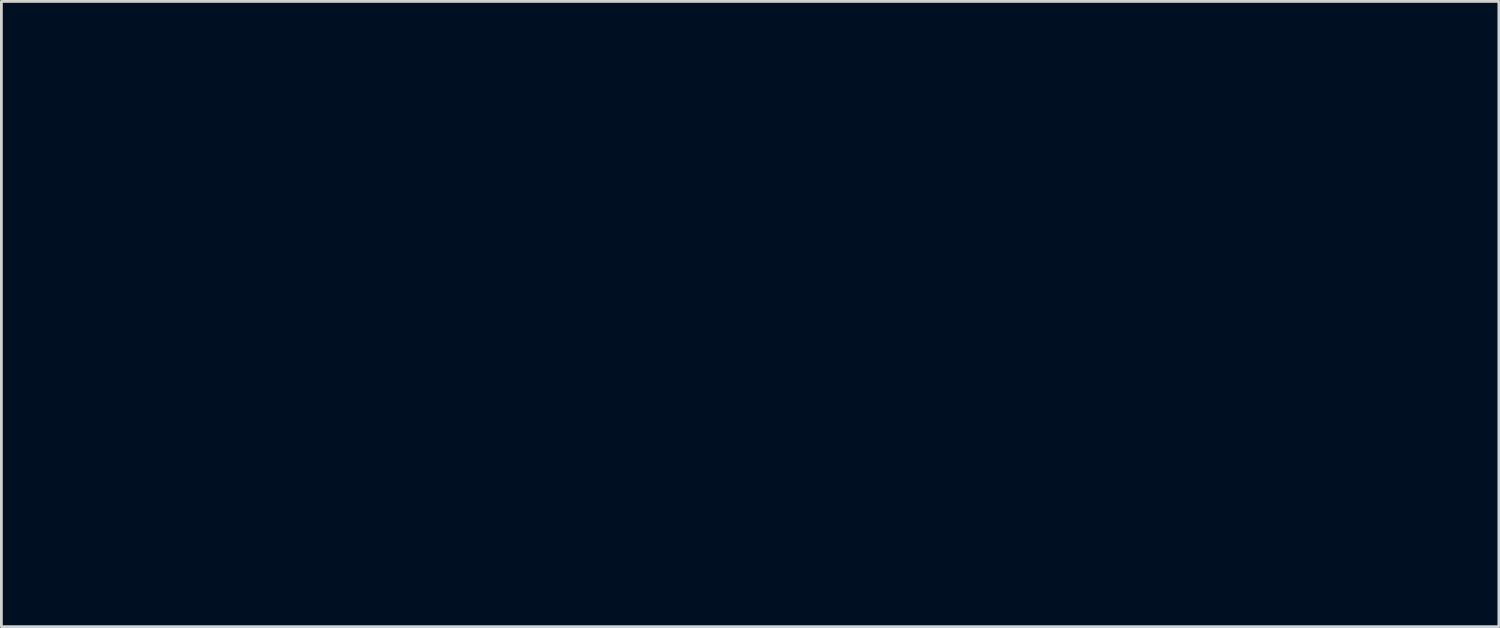
<source format=kicad_pcb>
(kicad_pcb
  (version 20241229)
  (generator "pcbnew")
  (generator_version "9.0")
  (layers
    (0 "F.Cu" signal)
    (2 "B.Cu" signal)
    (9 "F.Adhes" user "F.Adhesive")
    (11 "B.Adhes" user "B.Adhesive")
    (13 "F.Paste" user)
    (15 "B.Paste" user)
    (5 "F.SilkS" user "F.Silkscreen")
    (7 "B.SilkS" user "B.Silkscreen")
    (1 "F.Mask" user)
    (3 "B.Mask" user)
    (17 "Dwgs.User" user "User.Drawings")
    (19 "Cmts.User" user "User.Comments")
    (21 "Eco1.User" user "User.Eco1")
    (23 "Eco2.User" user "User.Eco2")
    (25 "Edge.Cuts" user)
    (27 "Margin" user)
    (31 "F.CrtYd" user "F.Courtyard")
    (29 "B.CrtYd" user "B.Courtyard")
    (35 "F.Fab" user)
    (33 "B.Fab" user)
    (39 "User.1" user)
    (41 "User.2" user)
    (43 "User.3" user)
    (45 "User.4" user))
  (footprint "love_7"
    (layer "F.Cu")
    (at 23.021 8.136)
    (property "Reference" "love_7" (at 0 0 0) (layer "F.Mask") (effects (font (size 1.524 1.524) (thickness 0.3))))
    (attr through_hole)
    (fp_poly (pts (xy -19.972 -4.793) (xy -19.907 -4.765) (xy -19.859 -4.682) (xy -19.859 -4.577) (xy -19.898 -4.502) (xy -19.985 -4.461) (xy -20.096 -4.462) (xy -20.19 -4.501) (xy -20.205 -4.516) (xy -20.238 -4.607) (xy -20.212 -4.703) (xy -20.141 -4.777) (xy -20.073 -4.8) (xy -19.972 -4.793)) (stroke (width 0.01) (type solid)) (fill yes) (layer "F.Mask"))
    (fp_poly (pts (xy -18.704 -4.89) (xy -18.604 -4.798) (xy -18.562 -4.659) (xy -18.562 -4.637) (xy -18.594 -4.501) (xy -18.677 -4.401) (xy -18.792 -4.347) (xy -18.92 -4.345) (xy -19.039 -4.405) (xy -19.063 -4.428) (xy -19.136 -4.553) (xy -19.141 -4.631) (xy -18.932 -4.631) (xy -18.909 -4.586) (xy -18.855 -4.553) (xy -18.81 -4.577) (xy -18.777 -4.63) (xy -18.801 -4.675) (xy -18.854 -4.708) (xy -18.899 -4.685) (xy -18.932 -4.631) (xy -19.141 -4.631) (xy -19.144 -4.685) (xy -19.094 -4.803) (xy -18.994 -4.889) (xy -18.854 -4.924) (xy -18.847 -4.924) (xy -18.704 -4.89)) (stroke (width 0.01) (type solid)) (fill yes) (layer "F.Mask"))
    (fp_poly (pts (xy -21.11 -4.889) (xy -21.006 -4.799) (xy -20.949 -4.675) (xy -20.945 -4.631) (xy -20.969 -4.539) (xy -21.026 -4.441) (xy -21.026 -4.441) (xy -21.136 -4.357) (xy -21.268 -4.336) (xy -21.397 -4.378) (xy -21.452 -4.423) (xy -21.524 -4.548) (xy -21.529 -4.635) (xy -21.315 -4.635) (xy -21.291 -4.585) (xy -21.237 -4.555) (xy -21.195 -4.584) (xy -21.188 -4.651) (xy -21.195 -4.671) (xy -21.226 -4.715) (xy -21.276 -4.69) (xy -21.278 -4.688) (xy -21.315 -4.635) (xy -21.529 -4.635) (xy -21.531 -4.679) (xy -21.483 -4.799) (xy -21.387 -4.887) (xy -21.252 -4.924) (xy -21.241 -4.924) (xy -21.11 -4.889)) (stroke (width 0.01) (type solid)) (fill yes) (layer "F.Mask"))
    (fp_poly (pts (xy 6.661 3.694) (xy 7.161 4.19) (xy 6.678 4.674) (xy 6.519 4.831) (xy 6.377 4.967) (xy 6.262 5.073) (xy 6.185 5.139) (xy 6.155 5.158) (xy 6.116 5.131) (xy 6.032 5.058) (xy 5.913 4.947) (xy 5.77 4.808) (xy 5.656 4.694) (xy 5.504 4.538) (xy 5.373 4.401) (xy 5.272 4.291) (xy 5.211 4.219) (xy 5.197 4.196) (xy 5.207 4.181) (xy 5.649 4.181) (xy 5.901 4.436) (xy 6.153 4.69) (xy 6.408 4.436) (xy 6.662 4.181) (xy 6.153 3.672) (xy 5.901 3.927) (xy 5.649 4.181) (xy 5.207 4.181) (xy 5.224 4.158) (xy 5.297 4.075) (xy 5.408 3.957) (xy 5.548 3.812) (xy 5.68 3.679) (xy 6.162 3.198) (xy 6.661 3.694)) (stroke (width 0.01) (type solid)) (fill yes) (layer "F.Mask"))
    (fp_poly (pts (xy 16.72 4.194) (xy 16.245 4.676) (xy 16.087 4.834) (xy 15.947 4.97) (xy 15.834 5.075) (xy 15.758 5.14) (xy 15.729 5.158) (xy 15.69 5.132) (xy 15.605 5.058) (xy 15.485 4.947) (xy 15.339 4.807) (xy 15.201 4.669) (xy 14.714 4.181) (xy 15.223 4.181) (xy 15.475 4.435) (xy 15.585 4.546) (xy 15.671 4.633) (xy 15.721 4.682) (xy 15.728 4.689) (xy 15.755 4.664) (xy 15.824 4.595) (xy 15.923 4.495) (xy 15.975 4.443) (xy 16.219 4.197) (xy 15.978 3.955) (xy 15.867 3.846) (xy 15.777 3.762) (xy 15.722 3.717) (xy 15.712 3.712) (xy 15.675 3.738) (xy 15.598 3.807) (xy 15.495 3.907) (xy 15.455 3.947) (xy 15.223 4.181) (xy 14.714 4.181) (xy 14.713 4.181) (xy 15.709 3.186) (xy 16.72 4.194)) (stroke (width 0.01) (type solid)) (fill yes) (layer "F.Mask"))
    (fp_poly (pts (xy 10.946 3.839) (xy 12.016 3.849) (xy 12.006 4.076) (xy 11.956 4.35) (xy 11.836 4.599) (xy 11.653 4.811) (xy 11.468 4.946) (xy 11.292 5.018) (xy 11.078 5.06) (xy 10.859 5.069) (xy 10.667 5.042) (xy 10.624 5.029) (xy 10.349 4.893) (xy 10.14 4.716) (xy 9.996 4.496) (xy 9.913 4.23) (xy 9.911 4.214) (xy 10.238 4.214) (xy 10.266 4.285) (xy 10.336 4.384) (xy 10.431 4.492) (xy 10.533 4.587) (xy 10.618 4.647) (xy 10.806 4.71) (xy 11.014 4.724) (xy 11.203 4.687) (xy 11.317 4.622) (xy 11.437 4.521) (xy 11.543 4.403) (xy 11.619 4.289) (xy 11.645 4.203) (xy 11.608 4.196) (xy 11.505 4.19) (xy 11.349 4.185) (xy 11.151 4.182) (xy 10.942 4.181) (xy 10.717 4.183) (xy 10.522 4.188) (xy 10.369 4.195) (xy 10.27 4.205) (xy 10.238 4.214) (xy 9.911 4.214) (xy 9.896 4.093) (xy 9.876 3.828) (xy 10.946 3.839)) (stroke (width 0.01) (type solid)) (fill yes) (layer "F.Mask"))
    (fp_poly (pts (xy -6.073 -8.084) (xy -5.618 -7.968) (xy -5.549 -7.943) (xy -5.181 -7.768) (xy -4.834 -7.527) (xy -4.521 -7.233) (xy -4.256 -6.898) (xy -4.052 -6.535) (xy -4.047 -6.524) (xy -3.873 -6.044) (xy -3.768 -5.531) (xy -3.729 -4.992) (xy -3.758 -4.433) (xy -3.855 -3.861) (xy -4.019 -3.282) (xy -4.05 -3.195) (xy -4.295 -2.614) (xy -4.615 -2.026) (xy -5.008 -1.432) (xy -5.471 -0.834) (xy -6.003 -0.237) (xy -6.6 0.359) (xy -7.261 0.949) (xy -7.984 1.531) (xy -8.181 1.681) (xy -8.566 1.97) (xy -8.479 2.041) (xy -8.382 2.11) (xy -8.23 2.208) (xy -8.035 2.326) (xy -7.812 2.459) (xy -7.572 2.596) (xy -7.331 2.731) (xy -7.101 2.856) (xy -6.895 2.964) (xy -6.854 2.984) (xy -6.344 3.226) (xy -5.871 3.42) (xy -5.413 3.575) (xy -4.953 3.699) (xy -4.885 3.714) (xy -4.802 3.725) (xy -4.653 3.737) (xy -4.449 3.75) (xy -4.198 3.762) (xy -3.912 3.775) (xy -3.6 3.787) (xy -3.273 3.799) (xy -2.942 3.81) (xy -2.615 3.819) (xy -2.304 3.827) (xy -2.018 3.832) (xy -1.768 3.836) (xy -1.564 3.836) (xy -1.416 3.834) (xy -1.335 3.829) (xy -1.329 3.827) (xy -1.272 3.805) (xy -1.237 3.757) (xy -1.214 3.663) (xy -1.203 3.578) (xy -1.102 3.085) (xy -0.928 2.601) (xy -0.687 2.134) (xy -0.383 1.691) (xy -0.022 1.278) (xy 0.392 0.902) (xy 0.853 0.57) (xy 1.213 0.362) (xy 1.364 0.284) (xy 1.504 0.217) (xy 1.606 0.172) (xy 1.622 0.166) (xy 1.727 0.127) (xy 1.865 0.075) (xy 1.945 0.045) (xy 2.399 -0.096) (xy 2.866 -0.184) (xy 3.326 -0.215) (xy 3.76 -0.189) (xy 3.812 -0.181) (xy 4.016 -0.151) (xy 4.278 -0.116) (xy 4.578 -0.079) (xy 4.895 -0.042) (xy 5.21 -0.006) (xy 5.503 0.025) (xy 5.753 0.049) (xy 5.862 0.058) (xy 6.031 0.072) (xy 6.244 0.09) (xy 6.468 0.109) (xy 6.584 0.12) (xy 6.799 0.136) (xy 7.079 0.153) (xy 7.412 0.171) (xy 7.786 0.189) (xy 8.189 0.206) (xy 8.607 0.222) (xy 9.03 0.237) (xy 9.444 0.25) (xy 9.837 0.261) (xy 10.196 0.268) (xy 10.51 0.273) (xy 10.688 0.274) (xy 10.963 0.272) (xy 11.293 0.266) (xy 11.665 0.257) (xy 12.066 0.246) (xy 12.485 0.232) (xy 12.908 0.217) (xy 13.323 0.2) (xy 13.718 0.183) (xy 14.081 0.165) (xy 14.398 0.148) (xy 14.658 0.131) (xy 14.791 0.12) (xy 15.009 0.101) (xy 15.239 0.082) (xy 15.445 0.066) (xy 15.533 0.059) (xy 15.831 0.033) (xy 16.192 -0.005) (xy 16.604 -0.054) (xy 17.053 -0.112) (xy 17.527 -0.177) (xy 17.56 -0.182) (xy 17.82 -0.218) (xy 18.019 -0.243) (xy 18.175 -0.257) (xy 18.305 -0.262) (xy 18.426 -0.257) (xy 18.555 -0.245) (xy 18.616 -0.237) (xy 19.267 -0.118) (xy 19.882 0.067) (xy 20.457 0.318) (xy 20.989 0.633) (xy 21.477 1.011) (xy 21.691 1.21) (xy 22.022 1.582) (xy 22.311 1.993) (xy 22.551 2.431) (xy 22.734 2.88) (xy 22.853 3.326) (xy 22.881 3.497) (xy 22.891 3.597) (xy 22.901 3.674) (xy 22.919 3.732) (xy 22.953 3.774) (xy 23.013 3.802) (xy 23.108 3.819) (xy 23.246 3.827) (xy 23.437 3.83) (xy 23.688 3.83) (xy 23.976 3.83) (xy 25.009 3.83) (xy 25.009 4.258) (xy 23.964 4.269) (xy 22.919 4.279) (xy 22.892 4.521) (xy 22.799 5.016) (xy 22.633 5.497) (xy 22.4 5.958) (xy 22.104 6.395) (xy 21.751 6.803) (xy 21.345 7.177) (xy 20.892 7.512) (xy 20.397 7.804) (xy 19.864 8.048) (xy 19.299 8.238) (xy 18.953 8.323) (xy 18.658 8.375) (xy 18.363 8.409) (xy 18.088 8.421) (xy 17.855 8.412) (xy 17.76 8.399) (xy 17.508 8.356) (xy 17.188 8.31) (xy 16.813 8.262) (xy 16.392 8.215) (xy 15.936 8.167) (xy 15.457 8.122) (xy 14.966 8.08) (xy 14.473 8.041) (xy 14.204 8.023) (xy 13.861 8.003) (xy 13.451 7.987) (xy 12.985 7.974) (xy 12.473 7.963) (xy 11.927 7.956) (xy 11.358 7.951) (xy 10.776 7.949) (xy 10.194 7.95) (xy 9.62 7.954) (xy 9.068 7.961) (xy 8.547 7.971) (xy 8.069 7.984) (xy 7.644 7.999) (xy 7.283 8.018) (xy 7.21 8.022) (xy 6.593 8.066) (xy 6.04 8.11) (xy 5.534 8.157) (xy 5.06 8.207) (xy 4.604 8.261) (xy 4.377 8.291) (xy 4.016 8.337) (xy 3.719 8.369) (xy 3.472 8.388) (xy 3.259 8.393) (xy 3.069 8.385) (xy 2.887 8.365) (xy 2.764 8.345) (xy 2.145 8.196) (xy 1.56 7.981) (xy 1.014 7.701) (xy 0.512 7.359) (xy 0.058 6.956) (xy 0.051 6.948) (xy -0.159 6.73) (xy -0.327 6.538) (xy -0.471 6.35) (xy -0.609 6.144) (xy -0.697 6.001) (xy -0.829 5.755) (xy -0.951 5.48) (xy -1.057 5.194) (xy -1.14 4.918) (xy -1.194 4.67) (xy -1.211 4.489) (xy -1.229 4.397) (xy -1.26 4.347) (xy -1.311 4.337) (xy -1.433 4.327) (xy -1.621 4.316) (xy -1.867 4.306) (xy -2.166 4.297) (xy -2.51 4.288) (xy -2.833 4.282) (xy -3.282 4.273) (xy -3.661 4.264) (xy -3.981 4.254) (xy -4.251 4.242) (xy -4.479 4.227) (xy -4.675 4.209) (xy -4.849 4.186) (xy -5.009 4.159) (xy -5.165 4.126) (xy -5.325 4.087) (xy -5.351 4.08) (xy -5.419 4.059) (xy -0.876 4.059) (xy -0.876 4.103) (xy -0.866 4.412) (xy -0.838 4.676) (xy -0.784 4.928) (xy -0.7 5.2) (xy -0.659 5.314) (xy -0.463 5.745) (xy -0.198 6.164) (xy 0.125 6.561) (xy 0.498 6.925) (xy 0.911 7.245) (xy 1.133 7.387) (xy 1.245 7.449) (xy 1.391 7.524) (xy 1.554 7.605) (xy 1.717 7.682) (xy 1.864 7.748) (xy 1.977 7.795) (xy 2.039 7.815) (xy 2.042 7.815) (xy 2.046 7.777) (xy 2.05 7.666) (xy 2.054 7.487) (xy 2.057 7.247) (xy 2.06 6.95) (xy 2.063 6.601) (xy 2.066 6.207) (xy 2.068 5.771) (xy 2.069 5.301) (xy 2.071 4.8) (xy 2.071 4.275) (xy 2.071 4.103) (xy 2.814 4.103) (xy 2.814 8.006) (xy 2.921 8.022) (xy 3.016 8.031) (xy 3.157 8.039) (xy 3.292 8.044) (xy 3.556 8.05) (xy 3.556 4.079) (xy 4.298 4.079) (xy 4.299 4.621) (xy 4.3 5.14) (xy 4.301 5.631) (xy 4.303 6.088) (xy 4.305 6.508) (xy 4.308 6.883) (xy 4.311 7.21) (xy 4.314 7.482) (xy 4.318 7.695) (xy 4.322 7.843) (xy 4.326 7.921) (xy 4.328 7.933) (xy 4.375 7.928) (xy 4.486 7.917) (xy 4.648 7.899) (xy 4.848 7.877) (xy 5.021 7.858) (xy 5.269 7.832) (xy 5.57 7.803) (xy 5.901 7.774) (xy 6.237 7.746) (xy 6.555 7.722) (xy 6.604 7.719) (xy 6.883 7.699) (xy 7.154 7.68) (xy 7.401 7.663) (xy 7.608 7.648) (xy 7.76 7.637) (xy 7.806 7.634) (xy 8.089 7.613) (xy 8.089 0.601) (xy 8.87 0.601) (xy 8.871 4.101) (xy 8.871 7.6) (xy 11.03 7.605) (xy 11.582 7.607) (xy 12.069 7.61) (xy 12.501 7.615) (xy 12.891 7.622) (xy 13.251 7.632) (xy 13.592 7.644) (xy 13.927 7.66) (xy 14.268 7.679) (xy 14.626 7.703) (xy 15.014 7.731) (xy 15.103 7.737) (xy 15.418 7.764) (xy 15.78 7.799) (xy 16.168 7.839) (xy 16.557 7.883) (xy 16.926 7.928) (xy 17.251 7.97) (xy 17.389 7.99) (xy 17.723 8.022) (xy 18.087 8.027) (xy 18.442 8.005) (xy 18.687 7.971) (xy 19.063 7.884) (xy 19.468 7.762) (xy 19.876 7.614) (xy 20.263 7.45) (xy 20.604 7.277) (xy 20.698 7.223) (xy 21.117 6.928) (xy 21.499 6.571) (xy 21.838 6.165) (xy 22.124 5.721) (xy 22.347 5.25) (xy 22.48 4.848) (xy 22.53 4.583) (xy 22.558 4.272) (xy 22.563 3.943) (xy 22.546 3.625) (xy 22.506 3.346) (xy 22.492 3.282) (xy 22.329 2.784) (xy 22.096 2.311) (xy 21.799 1.869) (xy 21.444 1.462) (xy 21.038 1.097) (xy 20.586 0.779) (xy 20.093 0.514) (xy 19.567 0.307) (xy 19.172 0.197) (xy 18.874 0.136) (xy 18.608 0.102) (xy 18.348 0.092) (xy 18.067 0.107) (xy 17.741 0.147) (xy 17.699 0.153) (xy 17.367 0.201) (xy 17.099 0.239) (xy 16.884 0.269) (xy 16.709 0.292) (xy 16.562 0.309) (xy 16.43 0.323) (xy 16.315 0.333) (xy 16.126 0.351) (xy 15.911 0.373) (xy 15.748 0.392) (xy 15.61 0.406) (xy 15.406 0.424) (xy 15.148 0.443) (xy 14.85 0.465) (xy 14.523 0.487) (xy 14.18 0.509) (xy 13.833 0.531) (xy 13.494 0.55) (xy 13.176 0.567) (xy 13.11 0.571) (xy 12.956 0.576) (xy 12.735 0.582) (xy 12.457 0.587) (xy 12.134 0.591) (xy 11.776 0.595) (xy 11.395 0.597) (xy 11.002 0.599) (xy 10.717 0.6) (xy 8.87 0.601) (xy 8.089 0.601) (xy 8.089 0.547) (xy 7.884 0.547) (xy 7.737 0.543) (xy 7.532 0.533) (xy 7.278 0.518) (xy 6.987 0.498) (xy 6.669 0.474) (xy 6.335 0.448) (xy 5.996 0.419) (xy 5.662 0.39) (xy 5.345 0.361) (xy 5.055 0.332) (xy 4.803 0.306) (xy 4.6 0.282) (xy 4.456 0.262) (xy 4.396 0.251) (xy 4.298 0.226) (xy 4.298 4.079) (xy 3.556 4.079) (xy 3.556 0.106) (xy 3.223 0.129) (xy 3.067 0.142) (xy 2.94 0.158) (xy 2.863 0.172) (xy 2.852 0.176) (xy 2.845 0.22) (xy 2.839 0.339) (xy 2.833 0.534) (xy 2.828 0.803) (xy 2.824 1.144) (xy 2.821 1.555) (xy 2.818 2.035) (xy 2.816 2.583) (xy 2.814 3.197) (xy 2.814 3.875) (xy 2.814 4.103) (xy 2.071 4.103) (xy 2.071 4.084) (xy 2.071 0.353) (xy 1.875 0.43) (xy 1.369 0.667) (xy 0.894 0.962) (xy 0.458 1.309) (xy 0.07 1.7) (xy -0.263 2.125) (xy -0.53 2.578) (xy -0.613 2.755) (xy -0.736 3.074) (xy -0.817 3.379) (xy -0.862 3.698) (xy -0.876 4.059) (xy -5.419 4.059) (xy -5.757 3.956) (xy -6.21 3.785) (xy -6.698 3.573) (xy -7.21 3.324) (xy -7.733 3.044) (xy -8.258 2.739) (xy -8.441 2.626) (xy -8.647 2.498) (xy -8.798 2.406) (xy -8.904 2.347) (xy -8.977 2.314) (xy -9.028 2.305) (xy -9.066 2.313) (xy -9.104 2.335) (xy -9.105 2.336) (xy -9.892 2.817) (xy -10.68 3.233) (xy -11.465 3.581) (xy -12.243 3.86) (xy -13.008 4.068) (xy -13.757 4.204) (xy -13.892 4.22) (xy -14.656 4.305) (xy -15.354 4.377) (xy -16 4.435) (xy -16.605 4.482) (xy -17.181 4.517) (xy -17.739 4.543) (xy -18.259 4.559) (xy -19.382 4.584) (xy -19.382 -1.602) (xy -20.945 -1.602) (xy -20.945 7.112) (xy -22.039 7.112) (xy -22.039 6.682) (xy -21.375 6.682) (xy -21.375 -1.602) (xy -23.016 -1.602) (xy -23.016 -2.931) (xy -22.586 -2.931) (xy -22.586 -2.032) (xy -17.546 -2.032) (xy -17.546 -2.931) (xy -22.586 -2.931) (xy -23.016 -2.931) (xy -23.016 -3.361) (xy -22.28 -3.361) (xy -21.849 -3.361) (xy -18.249 -3.361) (xy -18.249 -4.684) (xy -18.25 -5.008) (xy -18.253 -5.315) (xy -18.258 -5.595) (xy -18.265 -5.836) (xy -18.272 -6.028) (xy -18.281 -6.16) (xy -18.287 -6.208) (xy -18.386 -6.528) (xy -18.552 -6.829) (xy -18.776 -7.1) (xy -19.047 -7.327) (xy -19.284 -7.465) (xy -19.428 -7.53) (xy -19.551 -7.571) (xy -19.683 -7.595) (xy -19.852 -7.609) (xy -19.94 -7.613) (xy -20.145 -7.618) (xy -20.301 -7.61) (xy -20.44 -7.586) (xy -20.585 -7.544) (xy -20.919 -7.397) (xy -21.214 -7.185) (xy -21.462 -6.92) (xy -21.652 -6.608) (xy -21.728 -6.427) (xy -21.753 -6.353) (xy -21.773 -6.284) (xy -21.789 -6.209) (xy -21.802 -6.122) (xy -21.812 -6.011) (xy -21.819 -5.868) (xy -21.824 -5.685) (xy -21.829 -5.451) (xy -21.832 -5.158) (xy -21.836 -4.797) (xy -21.836 -4.758) (xy -21.849 -3.361) (xy -22.28 -3.361) (xy -22.264 -4.797) (xy -22.259 -5.175) (xy -22.254 -5.483) (xy -22.249 -5.731) (xy -22.243 -5.928) (xy -22.235 -6.081) (xy -22.225 -6.2) (xy -22.213 -6.294) (xy -22.197 -6.371) (xy -22.178 -6.44) (xy -22.167 -6.474) (xy -21.997 -6.874) (xy -21.767 -7.224) (xy -21.481 -7.521) (xy -21.142 -7.762) (xy -20.854 -7.904) (xy -20.691 -7.965) (xy -20.537 -8.004) (xy -20.361 -8.028) (xy -20.183 -8.04) (xy -19.874 -8.043) (xy -19.611 -8.016) (xy -19.365 -7.953) (xy -19.108 -7.848) (xy -19.022 -7.806) (xy -18.697 -7.603) (xy -18.411 -7.343) (xy -18.173 -7.038) (xy -17.992 -6.701) (xy -17.878 -6.345) (xy -17.86 -6.252) (xy -17.851 -6.152) (xy -17.842 -5.984) (xy -17.834 -5.762) (xy -17.827 -5.496) (xy -17.823 -5.197) (xy -17.82 -4.878) (xy -17.819 -4.679) (xy -17.819 -3.361) (xy -17.116 -3.361) (xy -17.116 -1.602) (xy -18.913 -1.602) (xy -18.913 1.257) (xy -18.913 4.115) (xy -18.083 4.089) (xy -17.438 4.063) (xy -16.759 4.023) (xy -16.066 3.973) (xy -15.379 3.914) (xy -14.719 3.847) (xy -14.104 3.774) (xy -13.755 3.727) (xy -12.99 3.581) (xy -12.221 3.362) (xy -11.446 3.07) (xy -10.66 2.701) (xy -10.629 2.685) (xy -10.435 2.583) (xy -10.231 2.471) (xy -10.029 2.357) (xy -9.842 2.248) (xy -9.68 2.15) (xy -9.554 2.07) (xy -9.477 2.015) (xy -9.458 1.994) (xy -9.489 1.964) (xy -9.569 1.904) (xy -9.684 1.823) (xy -9.722 1.798) (xy -10.553 1.2) (xy -11.324 0.552) (xy -12.038 -0.148) (xy -12.696 -0.902) (xy -13.301 -1.712) (xy -13.409 -1.871) (xy -13.77 -2.456) (xy -14.062 -3.03) (xy -14.284 -3.59) (xy -14.435 -4.134) (xy -14.516 -4.659) (xy -14.523 -4.984) (xy -14.048 -4.984) (xy -14.039 -4.693) (xy -14.013 -4.418) (xy -13.974 -4.202) (xy -13.813 -3.658) (xy -13.577 -3.096) (xy -13.268 -2.519) (xy -12.887 -1.928) (xy -12.436 -1.325) (xy -11.915 -0.713) (xy -11.712 -0.493) (xy -11.314 -0.083) (xy -10.917 0.29) (xy -10.503 0.643) (xy -10.056 0.989) (xy -9.557 1.344) (xy -9.421 1.436) (xy -9.015 1.711) (xy -8.718 1.492) (xy -8.554 1.37) (xy -8.36 1.223) (xy -8.165 1.074) (xy -8.069 1) (xy -7.387 0.441) (xy -6.761 -0.132) (xy -6.195 -0.713) (xy -5.695 -1.297) (xy -5.265 -1.878) (xy -5.102 -2.127) (xy -4.783 -2.685) (xy -4.536 -3.229) (xy -4.36 -3.766) (xy -4.251 -4.304) (xy -4.207 -4.852) (xy -4.206 -4.943) (xy -4.234 -5.455) (xy -4.322 -5.917) (xy -4.469 -6.33) (xy -4.675 -6.693) (xy -4.94 -7.004) (xy -5.262 -7.263) (xy -5.642 -7.47) (xy -5.825 -7.544) (xy -5.935 -7.58) (xy -6.041 -7.606) (xy -6.16 -7.622) (xy -6.312 -7.632) (xy -6.513 -7.636) (xy -6.663 -7.637) (xy -6.904 -7.637) (xy -7.087 -7.631) (xy -7.231 -7.62) (xy -7.353 -7.599) (xy -7.475 -7.568) (xy -7.542 -7.548) (xy -7.812 -7.449) (xy -8.085 -7.323) (xy -8.338 -7.184) (xy -8.545 -7.042) (xy -8.593 -7.003) (xy -8.766 -6.854) (xy -8.603 -6.579) (xy -8.51 -6.407) (xy -8.414 -6.2) (xy -8.33 -5.996) (xy -8.315 -5.956) (xy -8.254 -5.77) (xy -8.216 -5.616) (xy -8.197 -5.46) (xy -8.19 -5.267) (xy -8.189 -5.217) (xy -8.19 -5.025) (xy -8.2 -4.89) (xy -8.22 -4.787) (xy -8.256 -4.695) (xy -8.278 -4.65) (xy -8.35 -4.526) (xy -8.426 -4.416) (xy -8.454 -4.383) (xy -8.631 -4.245) (xy -8.846 -4.165) (xy -9.082 -4.145) (xy -9.319 -4.19) (xy -9.385 -4.215) (xy -9.535 -4.305) (xy -9.692 -4.443) (xy -9.833 -4.602) (xy -9.934 -4.758) (xy -9.948 -4.788) (xy -9.983 -4.926) (xy -10 -5.115) (xy -10 -5.139) (xy -9.544 -5.139) (xy -9.506 -4.963) (xy -9.475 -4.904) (xy -9.345 -4.75) (xy -9.195 -4.651) (xy -9.04 -4.613) (xy -8.895 -4.64) (xy -8.845 -4.668) (xy -8.732 -4.794) (xy -8.663 -4.974) (xy -8.64 -5.2) (xy -8.664 -5.461) (xy -8.696 -5.609) (xy -8.76 -5.812) (xy -8.844 -6.03) (xy -8.937 -6.23) (xy -9.013 -6.364) (xy -9.059 -6.425) (xy -9.09 -6.425) (xy -9.123 -6.383) (xy -9.278 -6.13) (xy -9.401 -5.866) (xy -9.488 -5.604) (xy -9.537 -5.357) (xy -9.544 -5.139) (xy -10 -5.139) (xy -10 -5.328) (xy -9.982 -5.539) (xy -9.947 -5.724) (xy -9.941 -5.747) (xy -9.882 -5.913) (xy -9.796 -6.113) (xy -9.697 -6.322) (xy -9.594 -6.516) (xy -9.501 -6.669) (xy -9.471 -6.712) (xy -9.415 -6.799) (xy -9.394 -6.864) (xy -9.396 -6.875) (xy -9.45 -6.93) (xy -9.553 -7.013) (xy -9.688 -7.112) (xy -9.839 -7.214) (xy -9.987 -7.309) (xy -10.115 -7.382) (xy -10.135 -7.392) (xy -10.515 -7.544) (xy -10.927 -7.635) (xy -11.353 -7.664) (xy -11.776 -7.632) (xy -12.177 -7.538) (xy -12.313 -7.488) (xy -12.721 -7.285) (xy -13.09 -7.024) (xy -13.412 -6.715) (xy -13.678 -6.365) (xy -13.881 -5.983) (xy -13.974 -5.725) (xy -14.016 -5.523) (xy -14.04 -5.269) (xy -14.048 -4.984) (xy -14.523 -4.984) (xy -14.526 -5.163) (xy -14.465 -5.645) (xy -14.333 -6.102) (xy -14.129 -6.532) (xy -14.024 -6.701) (xy -13.739 -7.062) (xy -13.392 -7.387) (xy -12.997 -7.667) (xy -12.627 -7.863) (xy -12.182 -8.024) (xy -11.714 -8.113) (xy -11.232 -8.131) (xy -10.746 -8.077) (xy -10.266 -7.951) (xy -10.129 -7.902) (xy -9.949 -7.819) (xy -9.741 -7.704) (xy -9.532 -7.572) (xy -9.347 -7.44) (xy -9.222 -7.334) (xy -9.085 -7.202) (xy -8.816 -7.412) (xy -8.417 -7.677) (xy -7.979 -7.883) (xy -7.513 -8.029) (xy -7.033 -8.112) (xy -6.549 -8.131) (xy -6.073 -8.084)) (stroke (width 0.01) (type solid)) (fill yes) (layer "F.Mask")))
  (gr_rect
    (start -3 -3)
    (end 51.036 19.562)
    (stroke (width 0.1) (type default))
    (fill no)
    (layer "Edge.Cuts")))
</source>
